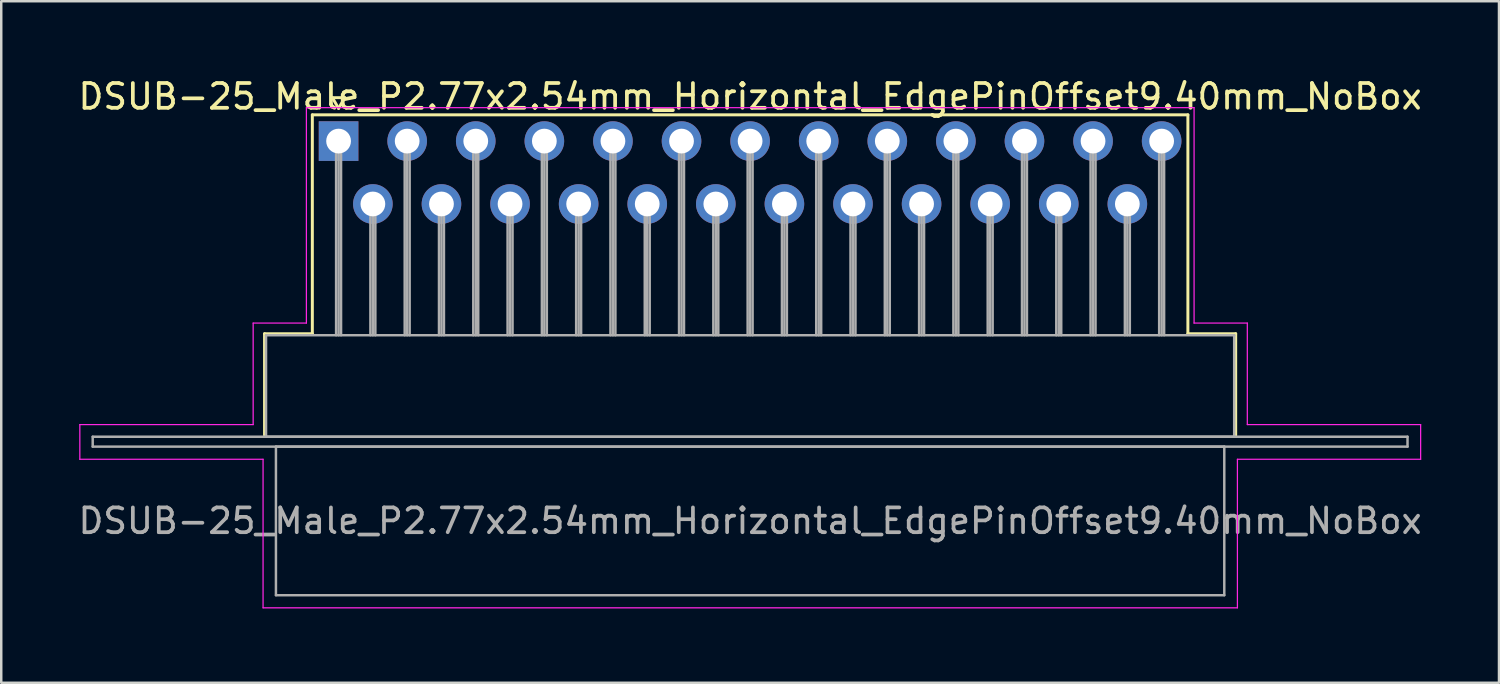
<source format=kicad_pcb>
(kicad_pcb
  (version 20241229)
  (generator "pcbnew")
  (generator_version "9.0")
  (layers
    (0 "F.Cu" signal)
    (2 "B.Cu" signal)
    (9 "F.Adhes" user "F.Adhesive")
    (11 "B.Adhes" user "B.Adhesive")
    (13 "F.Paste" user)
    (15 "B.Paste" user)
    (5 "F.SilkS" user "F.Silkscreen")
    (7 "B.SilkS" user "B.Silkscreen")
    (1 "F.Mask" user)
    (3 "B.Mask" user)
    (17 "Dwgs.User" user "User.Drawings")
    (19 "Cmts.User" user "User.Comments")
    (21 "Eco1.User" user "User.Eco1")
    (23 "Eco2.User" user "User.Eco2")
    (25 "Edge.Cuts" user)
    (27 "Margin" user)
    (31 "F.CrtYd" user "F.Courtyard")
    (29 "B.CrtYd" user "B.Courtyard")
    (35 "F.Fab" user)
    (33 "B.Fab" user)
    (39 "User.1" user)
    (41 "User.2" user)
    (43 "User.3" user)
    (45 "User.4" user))
  (footprint "DSUB-25_Male_P2.77x2.54mm_Horizontal_EdgePinOffset9.40mm_NoBox"
    (layer "F.Cu")
    (at 10.624 2.648)
    (property "Reference" "DSUB-25_Male_P2.77x2.54mm_Horizontal_EdgePinOffset9.40mm_NoBox" (at 16.62 -1.8 0) (layer "F.SilkS") (effects (font (size 1 1) (thickness 0.15))))
    (attr through_hole)
    (fp_line (start -2.99 7.78) (end -1.06 7.78) (stroke (width 0.12) (type solid)) (layer "F.SilkS"))
    (fp_line (start -2.99 11.88) (end -2.99 7.78) (stroke (width 0.12) (type solid)) (layer "F.SilkS"))
    (fp_line (start -1.06 -1.06) (end 34.3 -1.06) (stroke (width 0.12) (type solid)) (layer "F.SilkS"))
    (fp_line (start -1.06 7.78) (end -1.06 -1.06) (stroke (width 0.12) (type solid)) (layer "F.SilkS"))
    (fp_line (start -0.25 -1.754) (end 0.25 -1.754) (stroke (width 0.12) (type solid)) (layer "F.SilkS"))
    (fp_line (start 0 -1.321) (end -0.25 -1.754) (stroke (width 0.12) (type solid)) (layer "F.SilkS"))
    (fp_line (start 0.25 -1.754) (end 0 -1.321) (stroke (width 0.12) (type solid)) (layer "F.SilkS"))
    (fp_line (start 34.3 -1.06) (end 34.3 7.78) (stroke (width 0.12) (type solid)) (layer "F.SilkS"))
    (fp_line (start 34.3 7.78) (end 36.23 7.78) (stroke (width 0.12) (type solid)) (layer "F.SilkS"))
    (fp_line (start 36.23 7.78) (end 36.23 11.88) (stroke (width 0.12) (type solid)) (layer "F.SilkS"))
    (fp_line (start -10.45 11.45) (end -3.45 11.45) (stroke (width 0.05) (type solid)) (layer "F.CrtYd"))
    (fp_line (start -10.45 12.85) (end -10.45 11.45) (stroke (width 0.05) (type solid)) (layer "F.CrtYd"))
    (fp_line (start -3.45 7.35) (end -1.3 7.35) (stroke (width 0.05) (type solid)) (layer "F.CrtYd"))
    (fp_line (start -3.45 11.45) (end -3.45 7.35) (stroke (width 0.05) (type solid)) (layer "F.CrtYd"))
    (fp_line (start -3.05 12.85) (end -10.45 12.85) (stroke (width 0.05) (type solid)) (layer "F.CrtYd"))
    (fp_line (start -3.05 18.85) (end -3.05 12.85) (stroke (width 0.05) (type solid)) (layer "F.CrtYd"))
    (fp_line (start -1.3 -1.35) (end 34.55 -1.35) (stroke (width 0.05) (type solid)) (layer "F.CrtYd"))
    (fp_line (start -1.3 7.35) (end -1.3 -1.35) (stroke (width 0.05) (type solid)) (layer "F.CrtYd"))
    (fp_line (start 34.55 -1.35) (end 34.55 7.35) (stroke (width 0.05) (type solid)) (layer "F.CrtYd"))
    (fp_line (start 34.55 7.35) (end 36.7 7.35) (stroke (width 0.05) (type solid)) (layer "F.CrtYd"))
    (fp_line (start 36.3 12.85) (end 36.3 18.85) (stroke (width 0.05) (type solid)) (layer "F.CrtYd"))
    (fp_line (start 36.3 18.85) (end -3.05 18.85) (stroke (width 0.05) (type solid)) (layer "F.CrtYd"))
    (fp_line (start 36.7 7.35) (end 36.7 11.45) (stroke (width 0.05) (type solid)) (layer "F.CrtYd"))
    (fp_line (start 36.7 11.45) (end 43.7 11.45) (stroke (width 0.05) (type solid)) (layer "F.CrtYd"))
    (fp_line (start 43.7 11.45) (end 43.7 12.85) (stroke (width 0.05) (type solid)) (layer "F.CrtYd"))
    (fp_line (start 43.7 12.85) (end 36.3 12.85) (stroke (width 0.05) (type solid)) (layer "F.CrtYd"))
    (fp_line (start -9.93 11.94) (end -9.93 12.34) (stroke (width 0.1) (type solid)) (layer "F.Fab"))
    (fp_line (start -9.93 12.34) (end 43.17 12.34) (stroke (width 0.1) (type solid)) (layer "F.Fab"))
    (fp_line (start -2.93 7.84) (end -2.93 11.94) (stroke (width 0.1) (type solid)) (layer "F.Fab"))
    (fp_line (start -2.93 11.94) (end 36.17 11.94) (stroke (width 0.1) (type solid)) (layer "F.Fab"))
    (fp_line (start -2.53 12.34) (end -2.53 18.34) (stroke (width 0.1) (type solid)) (layer "F.Fab"))
    (fp_line (start -2.53 18.34) (end 35.77 18.34) (stroke (width 0.1) (type solid)) (layer "F.Fab"))
    (fp_line (start -0.1 0) (end -0.1 7.84) (stroke (width 0.1) (type solid)) (layer "F.Fab"))
    (fp_line (start 0 0) (end 0 7.84) (stroke (width 0.1) (type solid)) (layer "F.Fab"))
    (fp_line (start 0.1 0) (end 0.1 7.84) (stroke (width 0.1) (type solid)) (layer "F.Fab"))
    (fp_line (start 1.285 2.54) (end 1.285 7.84) (stroke (width 0.1) (type solid)) (layer "F.Fab"))
    (fp_line (start 1.385 2.54) (end 1.385 7.84) (stroke (width 0.1) (type solid)) (layer "F.Fab"))
    (fp_line (start 1.485 2.54) (end 1.485 7.84) (stroke (width 0.1) (type solid)) (layer "F.Fab"))
    (fp_line (start 2.67 0) (end 2.67 7.84) (stroke (width 0.1) (type solid)) (layer "F.Fab"))
    (fp_line (start 2.77 0) (end 2.77 7.84) (stroke (width 0.1) (type solid)) (layer "F.Fab"))
    (fp_line (start 2.87 0) (end 2.87 7.84) (stroke (width 0.1) (type solid)) (layer "F.Fab"))
    (fp_line (start 4.055 2.54) (end 4.055 7.84) (stroke (width 0.1) (type solid)) (layer "F.Fab"))
    (fp_line (start 4.155 2.54) (end 4.155 7.84) (stroke (width 0.1) (type solid)) (layer "F.Fab"))
    (fp_line (start 4.255 2.54) (end 4.255 7.84) (stroke (width 0.1) (type solid)) (layer "F.Fab"))
    (fp_line (start 5.44 0) (end 5.44 7.84) (stroke (width 0.1) (type solid)) (layer "F.Fab"))
    (fp_line (start 5.54 0) (end 5.54 7.84) (stroke (width 0.1) (type solid)) (layer "F.Fab"))
    (fp_line (start 5.64 0) (end 5.64 7.84) (stroke (width 0.1) (type solid)) (layer "F.Fab"))
    (fp_line (start 6.825 2.54) (end 6.825 7.84) (stroke (width 0.1) (type solid)) (layer "F.Fab"))
    (fp_line (start 6.925 2.54) (end 6.925 7.84) (stroke (width 0.1) (type solid)) (layer "F.Fab"))
    (fp_line (start 7.025 2.54) (end 7.025 7.84) (stroke (width 0.1) (type solid)) (layer "F.Fab"))
    (fp_line (start 8.21 0) (end 8.21 7.84) (stroke (width 0.1) (type solid)) (layer "F.Fab"))
    (fp_line (start 8.31 0) (end 8.31 7.84) (stroke (width 0.1) (type solid)) (layer "F.Fab"))
    (fp_line (start 8.41 0) (end 8.41 7.84) (stroke (width 0.1) (type solid)) (layer "F.Fab"))
    (fp_line (start 9.595 2.54) (end 9.595 7.84) (stroke (width 0.1) (type solid)) (layer "F.Fab"))
    (fp_line (start 9.695 2.54) (end 9.695 7.84) (stroke (width 0.1) (type solid)) (layer "F.Fab"))
    (fp_line (start 9.795 2.54) (end 9.795 7.84) (stroke (width 0.1) (type solid)) (layer "F.Fab"))
    (fp_line (start 10.98 0) (end 10.98 7.84) (stroke (width 0.1) (type solid)) (layer "F.Fab"))
    (fp_line (start 11.08 0) (end 11.08 7.84) (stroke (width 0.1) (type solid)) (layer "F.Fab"))
    (fp_line (start 11.18 0) (end 11.18 7.84) (stroke (width 0.1) (type solid)) (layer "F.Fab"))
    (fp_line (start 12.365 2.54) (end 12.365 7.84) (stroke (width 0.1) (type solid)) (layer "F.Fab"))
    (fp_line (start 12.465 2.54) (end 12.465 7.84) (stroke (width 0.1) (type solid)) (layer "F.Fab"))
    (fp_line (start 12.565 2.54) (end 12.565 7.84) (stroke (width 0.1) (type solid)) (layer "F.Fab"))
    (fp_line (start 13.75 0) (end 13.75 7.84) (stroke (width 0.1) (type solid)) (layer "F.Fab"))
    (fp_line (start 13.85 0) (end 13.85 7.84) (stroke (width 0.1) (type solid)) (layer "F.Fab"))
    (fp_line (start 13.95 0) (end 13.95 7.84) (stroke (width 0.1) (type solid)) (layer "F.Fab"))
    (fp_line (start 15.135 2.54) (end 15.135 7.84) (stroke (width 0.1) (type solid)) (layer "F.Fab"))
    (fp_line (start 15.235 2.54) (end 15.235 7.84) (stroke (width 0.1) (type solid)) (layer "F.Fab"))
    (fp_line (start 15.335 2.54) (end 15.335 7.84) (stroke (width 0.1) (type solid)) (layer "F.Fab"))
    (fp_line (start 16.52 0) (end 16.52 7.84) (stroke (width 0.1) (type solid)) (layer "F.Fab"))
    (fp_line (start 16.62 0) (end 16.62 7.84) (stroke (width 0.1) (type solid)) (layer "F.Fab"))
    (fp_line (start 16.72 0) (end 16.72 7.84) (stroke (width 0.1) (type solid)) (layer "F.Fab"))
    (fp_line (start 17.905 2.54) (end 17.905 7.84) (stroke (width 0.1) (type solid)) (layer "F.Fab"))
    (fp_line (start 18.005 2.54) (end 18.005 7.84) (stroke (width 0.1) (type solid)) (layer "F.Fab"))
    (fp_line (start 18.105 2.54) (end 18.105 7.84) (stroke (width 0.1) (type solid)) (layer "F.Fab"))
    (fp_line (start 19.29 0) (end 19.29 7.84) (stroke (width 0.1) (type solid)) (layer "F.Fab"))
    (fp_line (start 19.39 0) (end 19.39 7.84) (stroke (width 0.1) (type solid)) (layer "F.Fab"))
    (fp_line (start 19.49 0) (end 19.49 7.84) (stroke (width 0.1) (type solid)) (layer "F.Fab"))
    (fp_line (start 20.675 2.54) (end 20.675 7.84) (stroke (width 0.1) (type solid)) (layer "F.Fab"))
    (fp_line (start 20.775 2.54) (end 20.775 7.84) (stroke (width 0.1) (type solid)) (layer "F.Fab"))
    (fp_line (start 20.875 2.54) (end 20.875 7.84) (stroke (width 0.1) (type solid)) (layer "F.Fab"))
    (fp_line (start 22.06 0) (end 22.06 7.84) (stroke (width 0.1) (type solid)) (layer "F.Fab"))
    (fp_line (start 22.16 0) (end 22.16 7.84) (stroke (width 0.1) (type solid)) (layer "F.Fab"))
    (fp_line (start 22.26 0) (end 22.26 7.84) (stroke (width 0.1) (type solid)) (layer "F.Fab"))
    (fp_line (start 23.445 2.54) (end 23.445 7.84) (stroke (width 0.1) (type solid)) (layer "F.Fab"))
    (fp_line (start 23.545 2.54) (end 23.545 7.84) (stroke (width 0.1) (type solid)) (layer "F.Fab"))
    (fp_line (start 23.645 2.54) (end 23.645 7.84) (stroke (width 0.1) (type solid)) (layer "F.Fab"))
    (fp_line (start 24.83 0) (end 24.83 7.84) (stroke (width 0.1) (type solid)) (layer "F.Fab"))
    (fp_line (start 24.93 0) (end 24.93 7.84) (stroke (width 0.1) (type solid)) (layer "F.Fab"))
    (fp_line (start 25.03 0) (end 25.03 7.84) (stroke (width 0.1) (type solid)) (layer "F.Fab"))
    (fp_line (start 26.215 2.54) (end 26.215 7.84) (stroke (width 0.1) (type solid)) (layer "F.Fab"))
    (fp_line (start 26.315 2.54) (end 26.315 7.84) (stroke (width 0.1) (type solid)) (layer "F.Fab"))
    (fp_line (start 26.415 2.54) (end 26.415 7.84) (stroke (width 0.1) (type solid)) (layer "F.Fab"))
    (fp_line (start 27.6 0) (end 27.6 7.84) (stroke (width 0.1) (type solid)) (layer "F.Fab"))
    (fp_line (start 27.7 0) (end 27.7 7.84) (stroke (width 0.1) (type solid)) (layer "F.Fab"))
    (fp_line (start 27.8 0) (end 27.8 7.84) (stroke (width 0.1) (type solid)) (layer "F.Fab"))
    (fp_line (start 28.985 2.54) (end 28.985 7.84) (stroke (width 0.1) (type solid)) (layer "F.Fab"))
    (fp_line (start 29.085 2.54) (end 29.085 7.84) (stroke (width 0.1) (type solid)) (layer "F.Fab"))
    (fp_line (start 29.185 2.54) (end 29.185 7.84) (stroke (width 0.1) (type solid)) (layer "F.Fab"))
    (fp_line (start 30.37 0) (end 30.37 7.84) (stroke (width 0.1) (type solid)) (layer "F.Fab"))
    (fp_line (start 30.47 0) (end 30.47 7.84) (stroke (width 0.1) (type solid)) (layer "F.Fab"))
    (fp_line (start 30.57 0) (end 30.57 7.84) (stroke (width 0.1) (type solid)) (layer "F.Fab"))
    (fp_line (start 31.755 2.54) (end 31.755 7.84) (stroke (width 0.1) (type solid)) (layer "F.Fab"))
    (fp_line (start 31.855 2.54) (end 31.855 7.84) (stroke (width 0.1) (type solid)) (layer "F.Fab"))
    (fp_line (start 31.955 2.54) (end 31.955 7.84) (stroke (width 0.1) (type solid)) (layer "F.Fab"))
    (fp_line (start 33.14 0) (end 33.14 7.84) (stroke (width 0.1) (type solid)) (layer "F.Fab"))
    (fp_line (start 33.24 0) (end 33.24 7.84) (stroke (width 0.1) (type solid)) (layer "F.Fab"))
    (fp_line (start 33.34 0) (end 33.34 7.84) (stroke (width 0.1) (type solid)) (layer "F.Fab"))
    (fp_line (start 35.77 12.34) (end -2.53 12.34) (stroke (width 0.1) (type solid)) (layer "F.Fab"))
    (fp_line (start 35.77 18.34) (end 35.77 12.34) (stroke (width 0.1) (type solid)) (layer "F.Fab"))
    (fp_line (start 36.17 7.84) (end -2.93 7.84) (stroke (width 0.1) (type solid)) (layer "F.Fab"))
    (fp_line (start 36.17 11.94) (end 36.17 7.84) (stroke (width 0.1) (type solid)) (layer "F.Fab"))
    (fp_line (start 43.17 11.94) (end -9.93 11.94) (stroke (width 0.1) (type solid)) (layer "F.Fab"))
    (fp_line (start 43.17 12.34) (end 43.17 11.94) (stroke (width 0.1) (type solid)) (layer "F.Fab"))
    (fp_text user "${REFERENCE}" (at 16.62 15.34 0) (layer "F.Fab") (effects (font (size 1 1) (thickness 0.15))))
    (pad "1" thru_hole rect (at 0 0) (size 1.6 1.6) (drill 1) (layers "*.Cu" "*.Mask"))
    (pad "2" thru_hole circle (at 2.77 0) (size 1.6 1.6) (drill 1) (layers "*.Cu" "*.Mask"))
    (pad "3" thru_hole circle (at 5.54 0) (size 1.6 1.6) (drill 1) (layers "*.Cu" "*.Mask"))
    (pad "4" thru_hole circle (at 8.31 0) (size 1.6 1.6) (drill 1) (layers "*.Cu" "*.Mask"))
    (pad "5" thru_hole circle (at 11.08 0) (size 1.6 1.6) (drill 1) (layers "*.Cu" "*.Mask"))
    (pad "6" thru_hole circle (at 13.85 0) (size 1.6 1.6) (drill 1) (layers "*.Cu" "*.Mask"))
    (pad "7" thru_hole circle (at 16.62 0) (size 1.6 1.6) (drill 1) (layers "*.Cu" "*.Mask"))
    (pad "8" thru_hole circle (at 19.39 0) (size 1.6 1.6) (drill 1) (layers "*.Cu" "*.Mask"))
    (pad "9" thru_hole circle (at 22.16 0) (size 1.6 1.6) (drill 1) (layers "*.Cu" "*.Mask"))
    (pad "10" thru_hole circle (at 24.93 0) (size 1.6 1.6) (drill 1) (layers "*.Cu" "*.Mask"))
    (pad "11" thru_hole circle (at 27.7 0) (size 1.6 1.6) (drill 1) (layers "*.Cu" "*.Mask"))
    (pad "12" thru_hole circle (at 30.47 0) (size 1.6 1.6) (drill 1) (layers "*.Cu" "*.Mask"))
    (pad "13" thru_hole circle (at 33.24 0) (size 1.6 1.6) (drill 1) (layers "*.Cu" "*.Mask"))
    (pad "14" thru_hole circle (at 1.385 2.54) (size 1.6 1.6) (drill 1) (layers "*.Cu" "*.Mask"))
    (pad "15" thru_hole circle (at 4.155 2.54) (size 1.6 1.6) (drill 1) (layers "*.Cu" "*.Mask"))
    (pad "16" thru_hole circle (at 6.925 2.54) (size 1.6 1.6) (drill 1) (layers "*.Cu" "*.Mask"))
    (pad "17" thru_hole circle (at 9.695 2.54) (size 1.6 1.6) (drill 1) (layers "*.Cu" "*.Mask"))
    (pad "18" thru_hole circle (at 12.465 2.54) (size 1.6 1.6) (drill 1) (layers "*.Cu" "*.Mask"))
    (pad "19" thru_hole circle (at 15.235 2.54) (size 1.6 1.6) (drill 1) (layers "*.Cu" "*.Mask"))
    (pad "20" thru_hole circle (at 18.005 2.54) (size 1.6 1.6) (drill 1) (layers "*.Cu" "*.Mask"))
    (pad "21" thru_hole circle (at 20.775 2.54) (size 1.6 1.6) (drill 1) (layers "*.Cu" "*.Mask"))
    (pad "22" thru_hole circle (at 23.545 2.54) (size 1.6 1.6) (drill 1) (layers "*.Cu" "*.Mask"))
    (pad "23" thru_hole circle (at 26.315 2.54) (size 1.6 1.6) (drill 1) (layers "*.Cu" "*.Mask"))
    (pad "24" thru_hole circle (at 29.085 2.54) (size 1.6 1.6) (drill 1) (layers "*.Cu" "*.Mask"))
    (pad "25" thru_hole circle (at 31.855 2.54) (size 1.6 1.6) (drill 1) (layers "*.Cu" "*.Mask")))
  (gr_rect
    (start -3 -3)
    (end 57.488 24.523)
    (stroke (width 0.1) (type default))
    (fill no)
    (layer "Edge.Cuts")))
</source>
